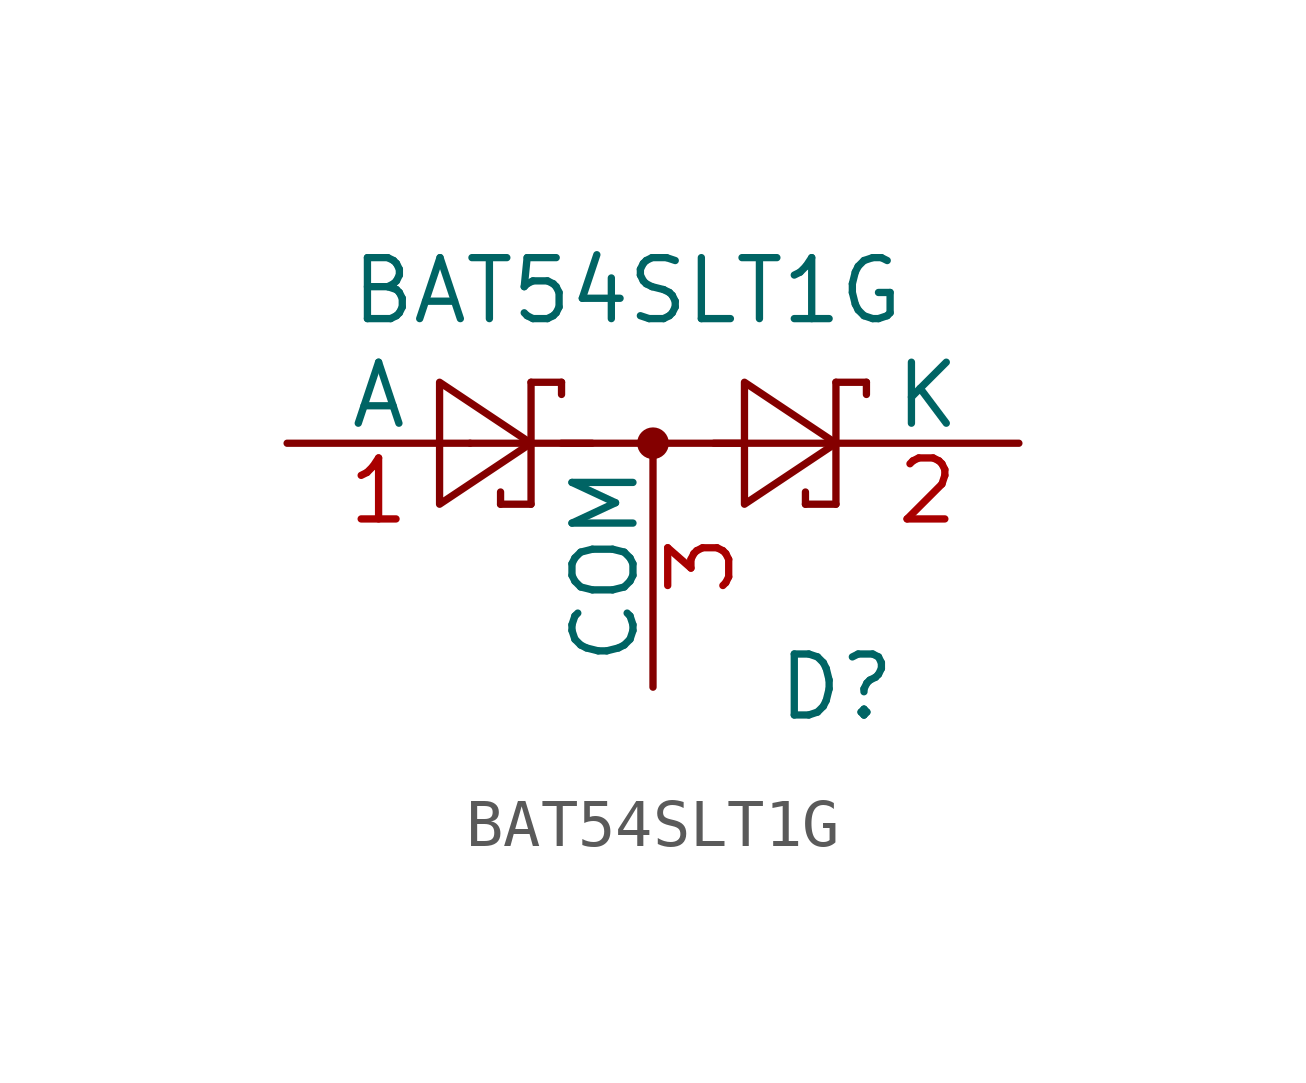
<source format=kicad_sym>
(kicad_symbol_lib
  (version 20241209)
  (generator "kicad_symbol_editor")
  (generator_version "9.0")
  (symbol "BAT54SLT1G"
    (pin_names
      (offset 0))
    (property "Reference" "D"
      (at 2.54 -5.08 0)
      (effects (font (size 1.27 1.27)) (justify left)))
    (property "Value" "BAT54SLT1G"
      (at -6.35 3.175 0)
      (effects (font (size 1.27 1.27)) (justify left)))
    (symbol "BAT54SLT1G_0_1"
      (polyline (pts (xy -4.445 1.27) (xy -4.445 -1.27) (xy -2.54 0) (xy -4.445 1.27)) (stroke (width 0) (type default)) (fill (type none)))
      (polyline (pts (xy -3.81 0) (xy -1.27 0)) (stroke (width 0) (type default)) (fill (type none)))
      (polyline (pts (xy -3.175 -1.27) (xy -3.175 -1.016)) (stroke (width 0) (type default)) (fill (type none)))
      (polyline (pts (xy -2.54 1.27) (xy -1.905 1.27)) (stroke (width 0) (type default)) (fill (type none)))
      (polyline (pts (xy -2.54 -1.27) (xy -3.175 -1.27)) (stroke (width 0) (type default)) (fill (type none)))
      (polyline (pts (xy -2.54 -1.27) (xy -2.54 1.27)) (stroke (width 0) (type default)) (fill (type none)))
      (polyline (pts (xy -1.905 1.27) (xy -1.905 1.016)) (stroke (width 0) (type default)) (fill (type none)))
      (polyline (pts (xy -1.905 0) (xy 1.905 0)) (stroke (width 0) (type default)) (fill (type none)))
      (circle (center 0 0) (radius 0.254) (stroke (width 0) (type default)) (fill (type outline)))
      (polyline (pts (xy 1.27 0) (xy 3.81 0)) (stroke (width 0) (type default)) (fill (type none)))
      (polyline (pts (xy 1.905 1.27) (xy 1.905 -1.27) (xy 3.81 0) (xy 1.905 1.27)) (stroke (width 0) (type default)) (fill (type none)))
      (polyline (pts (xy 3.175 -1.27) (xy 3.175 -1.016)) (stroke (width 0) (type default)) (fill (type none)))
      (polyline (pts (xy 3.81 1.27) (xy 4.445 1.27)) (stroke (width 0) (type default)) (fill (type none)))
      (polyline (pts (xy 3.81 -1.27) (xy 3.175 -1.27)) (stroke (width 0) (type default)) (fill (type none)))
      (polyline (pts (xy 3.81 -1.27) (xy 3.81 1.27)) (stroke (width 0) (type default)) (fill (type none)))
      (polyline (pts (xy 4.445 1.27) (xy 4.445 1.016)) (stroke (width 0) (type default)) (fill (type none))))
    (symbol "BAT54SLT1G_1_1"
      (pin passive line (at -7.62 0 0) (length 3.81) (name "A" (effects (font (size 1.27 1.27)))) (number "1" (effects (font (size 1.27 1.27)))))
      (pin passive line (at 0 -5.08 90) (length 5.08) (name "COM" (effects (font (size 1.27 1.27)))) (number "3" (effects (font (size 1.27 1.27)))))
      (pin passive line (at 7.62 0 180) (length 3.81) (name "K" (effects (font (size 1.27 1.27)))) (number "2" (effects (font (size 1.27 1.27))))))))
</source>
